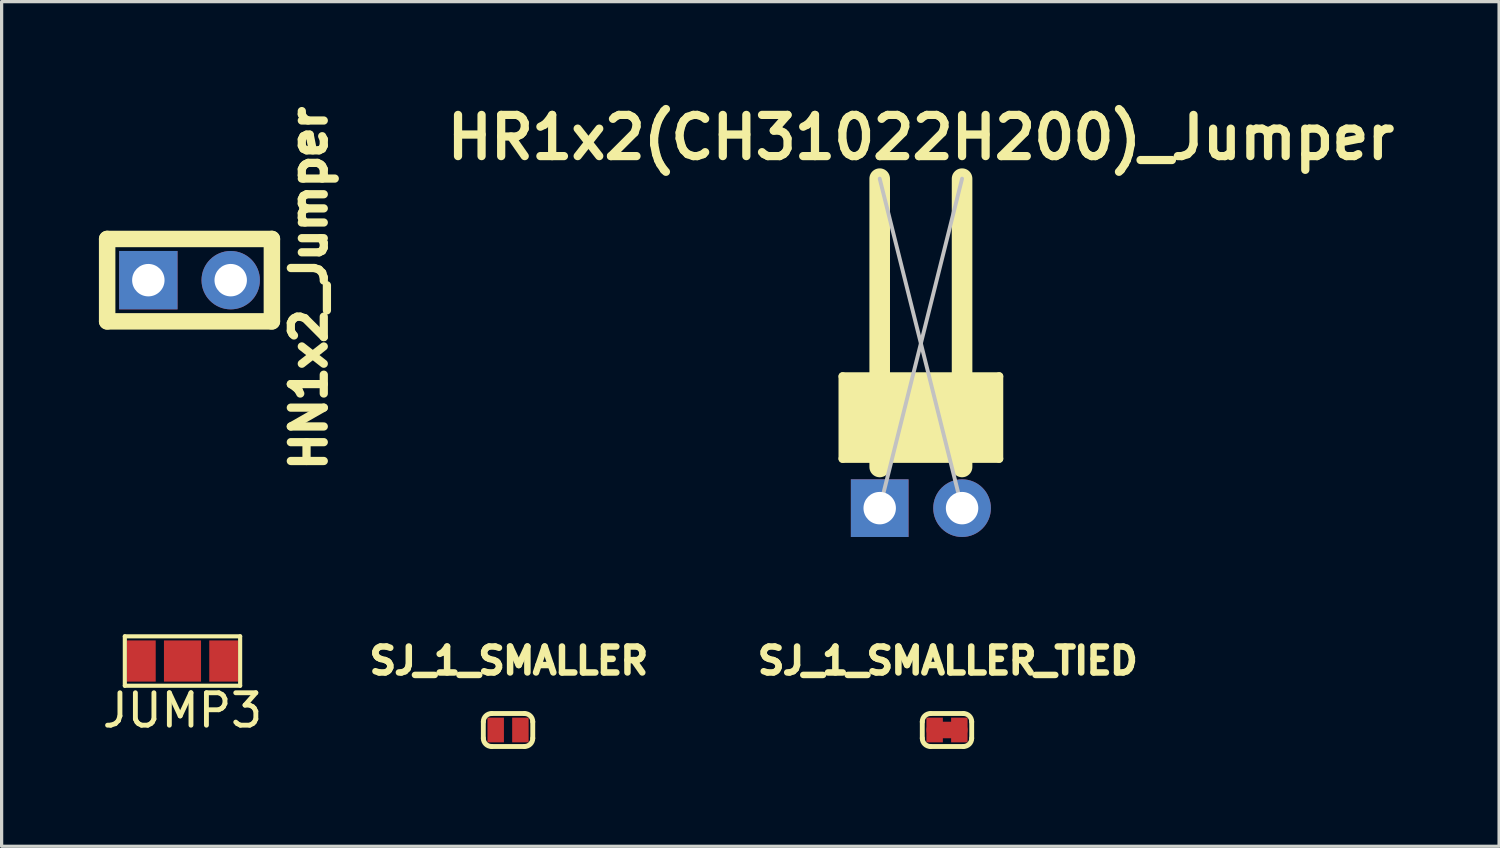
<source format=kicad_pcb>
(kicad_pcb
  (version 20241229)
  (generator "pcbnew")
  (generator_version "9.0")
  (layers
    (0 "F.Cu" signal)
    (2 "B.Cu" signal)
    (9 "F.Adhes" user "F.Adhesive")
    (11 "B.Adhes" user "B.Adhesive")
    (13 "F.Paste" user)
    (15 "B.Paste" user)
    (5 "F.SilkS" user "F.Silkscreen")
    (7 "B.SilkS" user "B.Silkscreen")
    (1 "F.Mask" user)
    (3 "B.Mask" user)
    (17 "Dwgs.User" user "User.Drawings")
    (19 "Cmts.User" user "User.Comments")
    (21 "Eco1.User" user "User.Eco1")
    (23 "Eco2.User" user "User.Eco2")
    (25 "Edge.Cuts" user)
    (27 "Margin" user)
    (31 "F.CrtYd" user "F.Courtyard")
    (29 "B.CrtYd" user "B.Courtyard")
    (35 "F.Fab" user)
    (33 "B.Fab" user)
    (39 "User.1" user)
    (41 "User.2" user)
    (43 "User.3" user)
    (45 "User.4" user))
  (footprint "SJ_1_SMALLER_TIED"
    (layer "F.Cu")
    (at 26.151 19.46)
    (property "Reference" "SJ_1_SMALLER_TIED" (at 0.025 -2.134 0) (layer "F.SilkS") (effects (font (size 0.8 0.8) (thickness 0.2))))
    (attr smd)
    (fp_line (start -0.381 0) (end 0.381 0) (stroke (width 0.508) (type solid)) (layer "F.Cu"))
    (fp_line (start -0.762 -0.254) (end -0.762 0.254) (stroke (width 0.15) (type solid)) (layer "F.SilkS"))
    (fp_line (start -0.508 0.508) (end 0.508 0.508) (stroke (width 0.15) (type solid)) (layer "F.SilkS"))
    (fp_line (start 0.508 -0.508) (end -0.508 -0.508) (stroke (width 0.15) (type solid)) (layer "F.SilkS"))
    (fp_line (start 0.762 0.254) (end 0.762 -0.254) (stroke (width 0.15) (type solid)) (layer "F.SilkS"))
    (fp_arc (start -0.762 -0.254) (mid -0.687605 -0.433605) (end -0.508 -0.508) (stroke (width 0.1524) (type solid)) (layer "F.SilkS"))
    (fp_arc (start -0.508 0.508) (mid -0.687605 0.433605) (end -0.762 0.254) (stroke (width 0.1524) (type solid)) (layer "F.SilkS"))
    (fp_arc (start 0.508 -0.508) (mid 0.687605 -0.433605) (end 0.762 -0.254) (stroke (width 0.1524) (type solid)) (layer "F.SilkS"))
    (fp_arc (start 0.762 0.254) (mid 0.687605 0.433605) (end 0.508 0.508) (stroke (width 0.1524) (type solid)) (layer "F.SilkS"))
    (pad "1" smd rect (at -0.381 0) (size 0.508 0.762) (layers "F.Cu" "F.Mask"))
    (pad "2" smd rect (at 0.381 0) (size 0.508 0.762) (layers "F.Cu" "F.Mask")))
  (footprint "JUMP3"
    (layer "F.Cu")
    (at 2.577 17.333)
    (property "Reference" "JUMP3" (at 0 1.524 0) (layer "F.SilkS") (effects (font (size 1 1) (thickness 0.15))))
    (attr smd)
    (fp_line (start -1.778 -0.762) (end 1.778 -0.762) (stroke (width 0.127) (type solid)) (layer "F.SilkS"))
    (fp_line (start -1.778 0.762) (end -1.778 -0.762) (stroke (width 0.127) (type solid)) (layer "F.SilkS"))
    (fp_line (start 1.778 -0.762) (end 1.778 0.762) (stroke (width 0.127) (type solid)) (layer "F.SilkS"))
    (fp_line (start 1.778 0.762) (end -1.778 0.762) (stroke (width 0.127) (type solid)) (layer "F.SilkS"))
    (pad "1" smd rect (at -1.27 0) (size 0.889 1.27) (layers "F.Cu" "F.Mask"))
    (pad "2" smd rect (at 0 0) (size 1.143 1.27) (layers "F.Cu" "F.Mask"))
    (pad "3" smd rect (at 1.27 0) (size 0.889 1.27) (layers "F.Cu" "F.Mask")))
  (footprint "HN1x2_Jumper"
    (layer "F.Cu")
    (at 2.794 5.589)
    (property "Reference" "HN1x2_Jumper" (at 3.683 0.254 90) (layer "F.SilkS") (effects (font (size 1.016 1.016) (thickness 0.254))))
    (attr smd)
    (fp_line (start -2.54 -1.27) (end 2.54 -1.27) (stroke (width 0.508) (type solid)) (layer "F.SilkS"))
    (fp_line (start -2.54 1.27) (end -2.54 -1.27) (stroke (width 0.508) (type solid)) (layer "F.SilkS"))
    (fp_line (start 2.54 -1.27) (end 2.54 1.27) (stroke (width 0.508) (type solid)) (layer "F.SilkS"))
    (fp_line (start 2.54 1.27) (end -2.54 1.27) (stroke (width 0.508) (type solid)) (layer "F.SilkS"))
    (pad "1" thru_hole rect (at -1.27 0 90) (size 1.8 1.8) (drill 1) (layers "*.Cu" "*.Mask"))
    (pad "2" thru_hole circle (at 1.27 0 90) (size 1.8 1.8) (drill 1) (layers "*.Cu" "*.Mask")))
  (footprint "SJ_1_SMALLER"
    (layer "F.Cu")
    (at 12.616 19.46)
    (property "Reference" "SJ_1_SMALLER" (at 0.025 -2.134 0) (layer "F.SilkS") (effects (font (size 0.8 0.8) (thickness 0.2))))
    (attr smd)
    (fp_line (start -0.762 -0.254) (end -0.762 0.254) (stroke (width 0.15) (type solid)) (layer "F.SilkS"))
    (fp_line (start -0.508 0.508) (end 0.508 0.508) (stroke (width 0.15) (type solid)) (layer "F.SilkS"))
    (fp_line (start 0.508 -0.508) (end -0.508 -0.508) (stroke (width 0.15) (type solid)) (layer "F.SilkS"))
    (fp_line (start 0.762 0.254) (end 0.762 -0.254) (stroke (width 0.15) (type solid)) (layer "F.SilkS"))
    (fp_arc (start -0.762 -0.254) (mid -0.687605 -0.433605) (end -0.508 -0.508) (stroke (width 0.1524) (type solid)) (layer "F.SilkS"))
    (fp_arc (start -0.508 0.508) (mid -0.687605 0.433605) (end -0.762 0.254) (stroke (width 0.1524) (type solid)) (layer "F.SilkS"))
    (fp_arc (start 0.508 -0.508) (mid 0.687605 -0.433605) (end 0.762 -0.254) (stroke (width 0.1524) (type solid)) (layer "F.SilkS"))
    (fp_arc (start 0.762 0.254) (mid 0.687605 0.433605) (end 0.508 0.508) (stroke (width 0.1524) (type solid)) (layer "F.SilkS"))
    (pad "1" smd rect (at -0.381 0) (size 0.508 0.762) (layers "F.Cu" "F.Mask"))
    (pad "2" smd rect (at 0.381 0) (size 0.508 0.762) (layers "F.Cu" "F.Mask")))
  (footprint "HR1x2(CH31022H200)_Jumper"
    (layer "F.Cu")
    (at 25.346 7.539)
    (property "Reference" "HR1x2(CH31022H200)_Jumper" (at 0 -6.35 0) (layer "F.SilkS") (effects (font (size 1.27 1.27) (thickness 0.254))))
    (attr exclude_from_pos_files exclude_from_bom)
    (fp_line (start -2.413 1.016) (end -2.413 3.556) (stroke (width 0.254) (type solid)) (layer "F.SilkS"))
    (fp_line (start -2.413 3.556) (end -1.27 3.556) (stroke (width 0.254) (type solid)) (layer "F.SilkS"))
    (fp_line (start -1.27 1.016) (end -2.413 1.016) (stroke (width 0.254) (type solid)) (layer "F.SilkS"))
    (fp_line (start -1.27 1.016) (end -1.27 -5.08) (stroke (width 0.635) (type solid)) (layer "F.SilkS"))
    (fp_line (start -1.27 3.556) (end -1.27 3.81) (stroke (width 0.635) (type solid)) (layer "F.SilkS"))
    (fp_line (start -1.27 3.556) (end 1.27 3.556) (stroke (width 0.254) (type solid)) (layer "F.SilkS"))
    (fp_line (start 1.27 1.016) (end -1.27 1.016) (stroke (width 0.254) (type solid)) (layer "F.SilkS"))
    (fp_line (start 1.27 1.016) (end 1.27 -5.08) (stroke (width 0.635) (type solid)) (layer "F.SilkS"))
    (fp_line (start 1.27 3.556) (end 1.27 3.81) (stroke (width 0.635) (type solid)) (layer "F.SilkS"))
    (fp_line (start 1.27 3.556) (end 2.413 3.556) (stroke (width 0.254) (type solid)) (layer "F.SilkS"))
    (fp_line (start 2.413 1.016) (end 1.27 1.016) (stroke (width 0.254) (type solid)) (layer "F.SilkS"))
    (fp_line (start 2.413 3.556) (end 2.413 1.016) (stroke (width 0.254) (type solid)) (layer "F.SilkS"))
    (fp_poly (pts (xy -2.413 1.016) (xy 2.413 1.016) (xy 2.413 3.556) (xy -2.413 3.556)) (stroke (width 0.1) (type solid)) (fill yes) (layer "F.SilkS"))
    (fp_line (start -1.27 -5.08) (end 1.27 5.08) (stroke (width 0.12) (type solid)) (layer "Dwgs.User"))
    (fp_line (start 1.27 -5.08) (end -1.27 5.08) (stroke (width 0.12) (type solid)) (layer "Dwgs.User"))
    (pad "1" thru_hole rect (at -1.27 5.08) (size 1.778 1.778) (drill 1) (layers "*.Cu" "*.Mask"))
    (pad "2" thru_hole circle (at 1.27 5.08) (size 1.778 1.778) (drill 1) (layers "*.Cu" "*.Mask")))
  (gr_rect
    (start -3 -3)
    (end 43.175 23.045)
    (stroke (width 0.1) (type default))
    (fill no)
    (layer "Edge.Cuts")))
</source>
